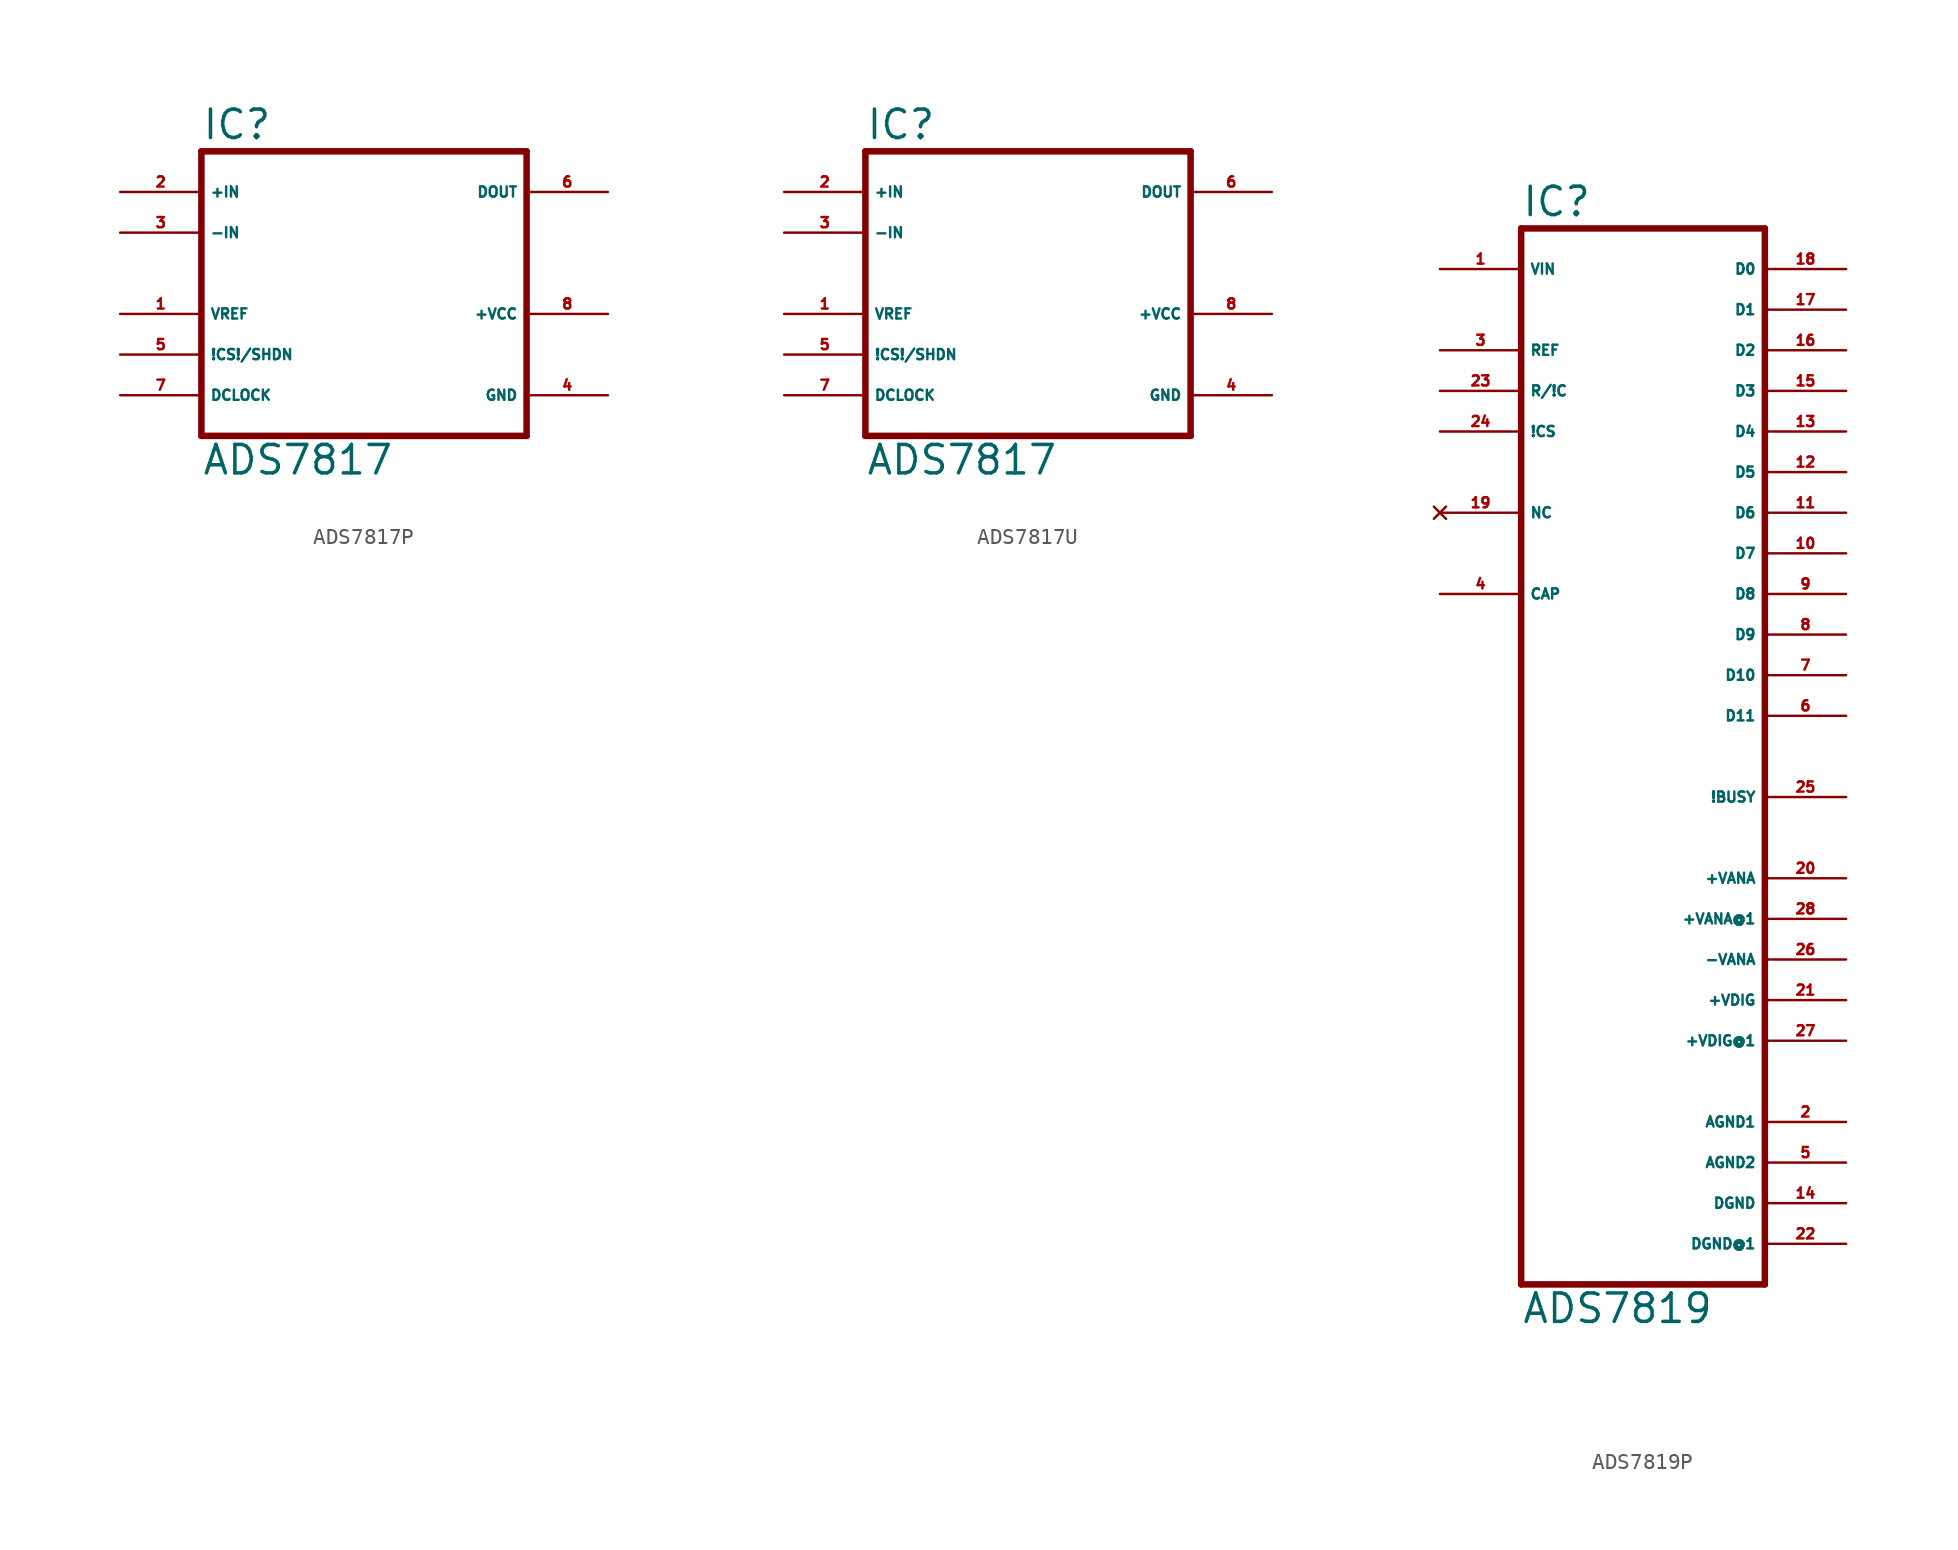
<source format=kicad_sym>
(kicad_symbol_lib
  (version 20220914)
  (generator Eagle2Kicad)
  (symbol "ADS7817P"
    (property "Reference" "IC"
      (at -10.16 10.795 0)
      (effects (font (size 1.778 1.778) (thickness 0.22)) (justify left bottom)))
    (property "Value" "ADS7817"
      (at -10.16 -10.16 0)
      (effects (font (size 1.778 1.778) (thickness 0.22)) (justify left bottom)))
    (polyline
      (pts (xy -10.16 -7.62) (xy 10.16 -7.62))
      (stroke (width 0.406) (type default))
      (fill (type none)))
    (polyline
      (pts (xy 10.16 -7.62) (xy 10.16 10.16))
      (stroke (width 0.406) (type default))
      (fill (type none)))
    (polyline
      (pts (xy 10.16 10.16) (xy -10.16 10.16))
      (stroke (width 0.406) (type default))
      (fill (type none)))
    (polyline
      (pts (xy -10.16 10.16) (xy -10.16 -7.62))
      (stroke (width 0.406) (type default))
      (fill (type none)))
    (pin input line
      (at -15.24 7.62 0)
      (length 5.08)
      (name "+IN" (effects (font (size 0.635 0.635) (thickness 0.08)) (justify left bottom)))
      (number "2" (effects (font (size 0.635 0.635) (thickness 0.08)) (justify left bottom))))
    (pin input line
      (at -15.24 5.08 0)
      (length 5.08)
      (name "-IN" (effects (font (size 0.635 0.635) (thickness 0.08)) (justify left bottom)))
      (number "3" (effects (font (size 0.635 0.635) (thickness 0.08)) (justify left bottom))))
    (pin input line
      (at -15.24 0 0)
      (length 5.08)
      (name "VREF" (effects (font (size 0.635 0.635) (thickness 0.08)) (justify left bottom)))
      (number "1" (effects (font (size 0.635 0.635) (thickness 0.08)) (justify left bottom))))
    (pin input line
      (at -15.24 -5.08 0)
      (length 5.08)
      (name "DCLOCK" (effects (font (size 0.635 0.635) (thickness 0.08)) (justify left bottom)))
      (number "7" (effects (font (size 0.635 0.635) (thickness 0.08)) (justify left bottom))))
    (pin input line
      (at -15.24 -2.54 0)
      (length 5.08)
      (name "!CS!/SHDN" (effects (font (size 0.635 0.635) (thickness 0.08)) (justify left bottom)))
      (number "5" (effects (font (size 0.635 0.635) (thickness 0.08)) (justify left bottom))))
    (pin output line
      (at 15.24 7.62 180)
      (length 5.08)
      (name "DOUT" (effects (font (size 0.635 0.635) (thickness 0.08)) (justify left bottom)))
      (number "6" (effects (font (size 0.635 0.635) (thickness 0.08)) (justify left bottom))))
    (pin unspecified line
      (at 15.24 0 180)
      (length 5.08)
      (name "+VCC" (effects (font (size 0.635 0.635) (thickness 0.08)) (justify left bottom)))
      (number "8" (effects (font (size 0.635 0.635) (thickness 0.08)) (justify left bottom))))
    (pin unspecified line
      (at 15.24 -5.08 180)
      (length 5.08)
      (name "GND" (effects (font (size 0.635 0.635) (thickness 0.08)) (justify left bottom)))
      (number "4" (effects (font (size 0.635 0.635) (thickness 0.08)) (justify left bottom)))))
  (symbol "ADS7817U"
    (property "Reference" "IC"
      (at -10.16 10.795 0)
      (effects (font (size 1.778 1.778) (thickness 0.22)) (justify left bottom)))
    (property "Value" "ADS7817"
      (at -10.16 -10.16 0)
      (effects (font (size 1.778 1.778) (thickness 0.22)) (justify left bottom)))
    (polyline
      (pts (xy -10.16 -7.62) (xy 10.16 -7.62))
      (stroke (width 0.406) (type default))
      (fill (type none)))
    (polyline
      (pts (xy 10.16 -7.62) (xy 10.16 10.16))
      (stroke (width 0.406) (type default))
      (fill (type none)))
    (polyline
      (pts (xy 10.16 10.16) (xy -10.16 10.16))
      (stroke (width 0.406) (type default))
      (fill (type none)))
    (polyline
      (pts (xy -10.16 10.16) (xy -10.16 -7.62))
      (stroke (width 0.406) (type default))
      (fill (type none)))
    (pin input line
      (at -15.24 7.62 0)
      (length 5.08)
      (name "+IN" (effects (font (size 0.635 0.635) (thickness 0.08)) (justify left bottom)))
      (number "2" (effects (font (size 0.635 0.635) (thickness 0.08)) (justify left bottom))))
    (pin input line
      (at -15.24 5.08 0)
      (length 5.08)
      (name "-IN" (effects (font (size 0.635 0.635) (thickness 0.08)) (justify left bottom)))
      (number "3" (effects (font (size 0.635 0.635) (thickness 0.08)) (justify left bottom))))
    (pin input line
      (at -15.24 0 0)
      (length 5.08)
      (name "VREF" (effects (font (size 0.635 0.635) (thickness 0.08)) (justify left bottom)))
      (number "1" (effects (font (size 0.635 0.635) (thickness 0.08)) (justify left bottom))))
    (pin input line
      (at -15.24 -5.08 0)
      (length 5.08)
      (name "DCLOCK" (effects (font (size 0.635 0.635) (thickness 0.08)) (justify left bottom)))
      (number "7" (effects (font (size 0.635 0.635) (thickness 0.08)) (justify left bottom))))
    (pin input line
      (at -15.24 -2.54 0)
      (length 5.08)
      (name "!CS!/SHDN" (effects (font (size 0.635 0.635) (thickness 0.08)) (justify left bottom)))
      (number "5" (effects (font (size 0.635 0.635) (thickness 0.08)) (justify left bottom))))
    (pin output line
      (at 15.24 7.62 180)
      (length 5.08)
      (name "DOUT" (effects (font (size 0.635 0.635) (thickness 0.08)) (justify left bottom)))
      (number "6" (effects (font (size 0.635 0.635) (thickness 0.08)) (justify left bottom))))
    (pin unspecified line
      (at 15.24 0 180)
      (length 5.08)
      (name "+VCC" (effects (font (size 0.635 0.635) (thickness 0.08)) (justify left bottom)))
      (number "8" (effects (font (size 0.635 0.635) (thickness 0.08)) (justify left bottom))))
    (pin unspecified line
      (at 15.24 -5.08 180)
      (length 5.08)
      (name "GND" (effects (font (size 0.635 0.635) (thickness 0.08)) (justify left bottom)))
      (number "4" (effects (font (size 0.635 0.635) (thickness 0.08)) (justify left bottom)))))
  (symbol "ADS7819P"
    (property "Reference" "IC"
      (at -7.62 33.655 0)
      (effects (font (size 1.778 1.778) (thickness 0.22)) (justify left bottom)))
    (property "Value" "ADS7819"
      (at -7.62 -35.56 0)
      (effects (font (size 1.778 1.778) (thickness 0.22)) (justify left bottom)))
    (polyline
      (pts (xy 7.62 -33.02) (xy -7.62 -33.02))
      (stroke (width 0.406) (type default))
      (fill (type none)))
    (polyline
      (pts (xy -7.62 -33.02) (xy -7.62 33.02))
      (stroke (width 0.406) (type default))
      (fill (type none)))
    (polyline
      (pts (xy -7.62 33.02) (xy 7.62 33.02))
      (stroke (width 0.406) (type default))
      (fill (type none)))
    (polyline
      (pts (xy 7.62 33.02) (xy 7.62 -33.02))
      (stroke (width 0.406) (type default))
      (fill (type none)))
    (pin input line
      (at -12.7 30.48 0)
      (length 5.08)
      (name "VIN" (effects (font (size 0.635 0.635) (thickness 0.08)) (justify left bottom)))
      (number "1" (effects (font (size 0.635 0.635) (thickness 0.08)) (justify left bottom))))
    (pin input line
      (at -12.7 22.86 0)
      (length 5.08)
      (name "R/!C" (effects (font (size 0.635 0.635) (thickness 0.08)) (justify left bottom)))
      (number "23" (effects (font (size 0.635 0.635) (thickness 0.08)) (justify left bottom))))
    (pin input line
      (at -12.7 20.32 0)
      (length 5.08)
      (name "!CS" (effects (font (size 0.635 0.635) (thickness 0.08)) (justify left bottom)))
      (number "24" (effects (font (size 0.635 0.635) (thickness 0.08)) (justify left bottom))))
    (pin output line
      (at 12.7 30.48 180)
      (length 5.08)
      (name "D0" (effects (font (size 0.635 0.635) (thickness 0.08)) (justify left bottom)))
      (number "18" (effects (font (size 0.635 0.635) (thickness 0.08)) (justify left bottom))))
    (pin output line
      (at 12.7 27.94 180)
      (length 5.08)
      (name "D1" (effects (font (size 0.635 0.635) (thickness 0.08)) (justify left bottom)))
      (number "17" (effects (font (size 0.635 0.635) (thickness 0.08)) (justify left bottom))))
    (pin output line
      (at 12.7 25.4 180)
      (length 5.08)
      (name "D2" (effects (font (size 0.635 0.635) (thickness 0.08)) (justify left bottom)))
      (number "16" (effects (font (size 0.635 0.635) (thickness 0.08)) (justify left bottom))))
    (pin output line
      (at 12.7 22.86 180)
      (length 5.08)
      (name "D3" (effects (font (size 0.635 0.635) (thickness 0.08)) (justify left bottom)))
      (number "15" (effects (font (size 0.635 0.635) (thickness 0.08)) (justify left bottom))))
    (pin output line
      (at 12.7 20.32 180)
      (length 5.08)
      (name "D4" (effects (font (size 0.635 0.635) (thickness 0.08)) (justify left bottom)))
      (number "13" (effects (font (size 0.635 0.635) (thickness 0.08)) (justify left bottom))))
    (pin output line
      (at 12.7 17.78 180)
      (length 5.08)
      (name "D5" (effects (font (size 0.635 0.635) (thickness 0.08)) (justify left bottom)))
      (number "12" (effects (font (size 0.635 0.635) (thickness 0.08)) (justify left bottom))))
    (pin output line
      (at 12.7 15.24 180)
      (length 5.08)
      (name "D6" (effects (font (size 0.635 0.635) (thickness 0.08)) (justify left bottom)))
      (number "11" (effects (font (size 0.635 0.635) (thickness 0.08)) (justify left bottom))))
    (pin output line
      (at 12.7 12.7 180)
      (length 5.08)
      (name "D7" (effects (font (size 0.635 0.635) (thickness 0.08)) (justify left bottom)))
      (number "10" (effects (font (size 0.635 0.635) (thickness 0.08)) (justify left bottom))))
    (pin output line
      (at 12.7 10.16 180)
      (length 5.08)
      (name "D8" (effects (font (size 0.635 0.635) (thickness 0.08)) (justify left bottom)))
      (number "9" (effects (font (size 0.635 0.635) (thickness 0.08)) (justify left bottom))))
    (pin output line
      (at 12.7 7.62 180)
      (length 5.08)
      (name "D9" (effects (font (size 0.635 0.635) (thickness 0.08)) (justify left bottom)))
      (number "8" (effects (font (size 0.635 0.635) (thickness 0.08)) (justify left bottom))))
    (pin output line
      (at 12.7 5.08 180)
      (length 5.08)
      (name "D10" (effects (font (size 0.635 0.635) (thickness 0.08)) (justify left bottom)))
      (number "7" (effects (font (size 0.635 0.635) (thickness 0.08)) (justify left bottom))))
    (pin output line
      (at 12.7 2.54 180)
      (length 5.08)
      (name "D11" (effects (font (size 0.635 0.635) (thickness 0.08)) (justify left bottom)))
      (number "6" (effects (font (size 0.635 0.635) (thickness 0.08)) (justify left bottom))))
    (pin output line
      (at 12.7 -2.54 180)
      (length 5.08)
      (name "!BUSY" (effects (font (size 0.635 0.635) (thickness 0.08)) (justify left bottom)))
      (number "25" (effects (font (size 0.635 0.635) (thickness 0.08)) (justify left bottom))))
    (pin passive line
      (at -12.7 10.16 0)
      (length 5.08)
      (name "CAP" (effects (font (size 0.635 0.635) (thickness 0.08)) (justify left bottom)))
      (number "4" (effects (font (size 0.635 0.635) (thickness 0.08)) (justify left bottom))))
    (pin unspecified line
      (at 12.7 -7.62 180)
      (length 5.08)
      (name "+VANA" (effects (font (size 0.635 0.635) (thickness 0.08)) (justify left bottom)))
      (number "20" (effects (font (size 0.635 0.635) (thickness 0.08)) (justify left bottom))))
    (pin unspecified line
      (at 12.7 -10.16 180)
      (length 5.08)
      (name "+VANA@1" (effects (font (size 0.635 0.635) (thickness 0.08)) (justify left bottom)))
      (number "28" (effects (font (size 0.635 0.635) (thickness 0.08)) (justify left bottom))))
    (pin unspecified line
      (at 12.7 -12.7 180)
      (length 5.08)
      (name "-VANA" (effects (font (size 0.635 0.635) (thickness 0.08)) (justify left bottom)))
      (number "26" (effects (font (size 0.635 0.635) (thickness 0.08)) (justify left bottom))))
    (pin no_connect line
      (at -12.7 15.24 0)
      (length 5.08)
      (name "NC" (effects (font (size 0.635 0.635) (thickness 0.08)) (justify left bottom) hide))
      (number "19" (effects (font (size 0.635 0.635) (thickness 0.08)) (justify left bottom) hide)))
    (pin unspecified line
      (at 12.7 -17.78 180)
      (length 5.08)
      (name "+VDIG@1" (effects (font (size 0.635 0.635) (thickness 0.08)) (justify left bottom)))
      (number "27" (effects (font (size 0.635 0.635) (thickness 0.08)) (justify left bottom))))
    (pin unspecified line
      (at 12.7 -15.24 180)
      (length 5.08)
      (name "+VDIG" (effects (font (size 0.635 0.635) (thickness 0.08)) (justify left bottom)))
      (number "21" (effects (font (size 0.635 0.635) (thickness 0.08)) (justify left bottom))))
    (pin unspecified line
      (at 12.7 -22.86 180)
      (length 5.08)
      (name "AGND1" (effects (font (size 0.635 0.635) (thickness 0.08)) (justify left bottom)))
      (number "2" (effects (font (size 0.635 0.635) (thickness 0.08)) (justify left bottom))))
    (pin unspecified line
      (at 12.7 -25.4 180)
      (length 5.08)
      (name "AGND2" (effects (font (size 0.635 0.635) (thickness 0.08)) (justify left bottom)))
      (number "5" (effects (font (size 0.635 0.635) (thickness 0.08)) (justify left bottom))))
    (pin unspecified line
      (at 12.7 -27.94 180)
      (length 5.08)
      (name "DGND" (effects (font (size 0.635 0.635) (thickness 0.08)) (justify left bottom)))
      (number "14" (effects (font (size 0.635 0.635) (thickness 0.08)) (justify left bottom))))
    (pin bidirectional line
      (at -12.7 25.4 0)
      (length 5.08)
      (name "REF" (effects (font (size 0.635 0.635) (thickness 0.08)) (justify left bottom)))
      (number "3" (effects (font (size 0.635 0.635) (thickness 0.08)) (justify left bottom))))
    (pin unspecified line
      (at 12.7 -30.48 180)
      (length 5.08)
      (name "DGND@1" (effects (font (size 0.635 0.635) (thickness 0.08)) (justify left bottom)))
      (number "22" (effects (font (size 0.635 0.635) (thickness 0.08)) (justify left bottom))))))
</source>
